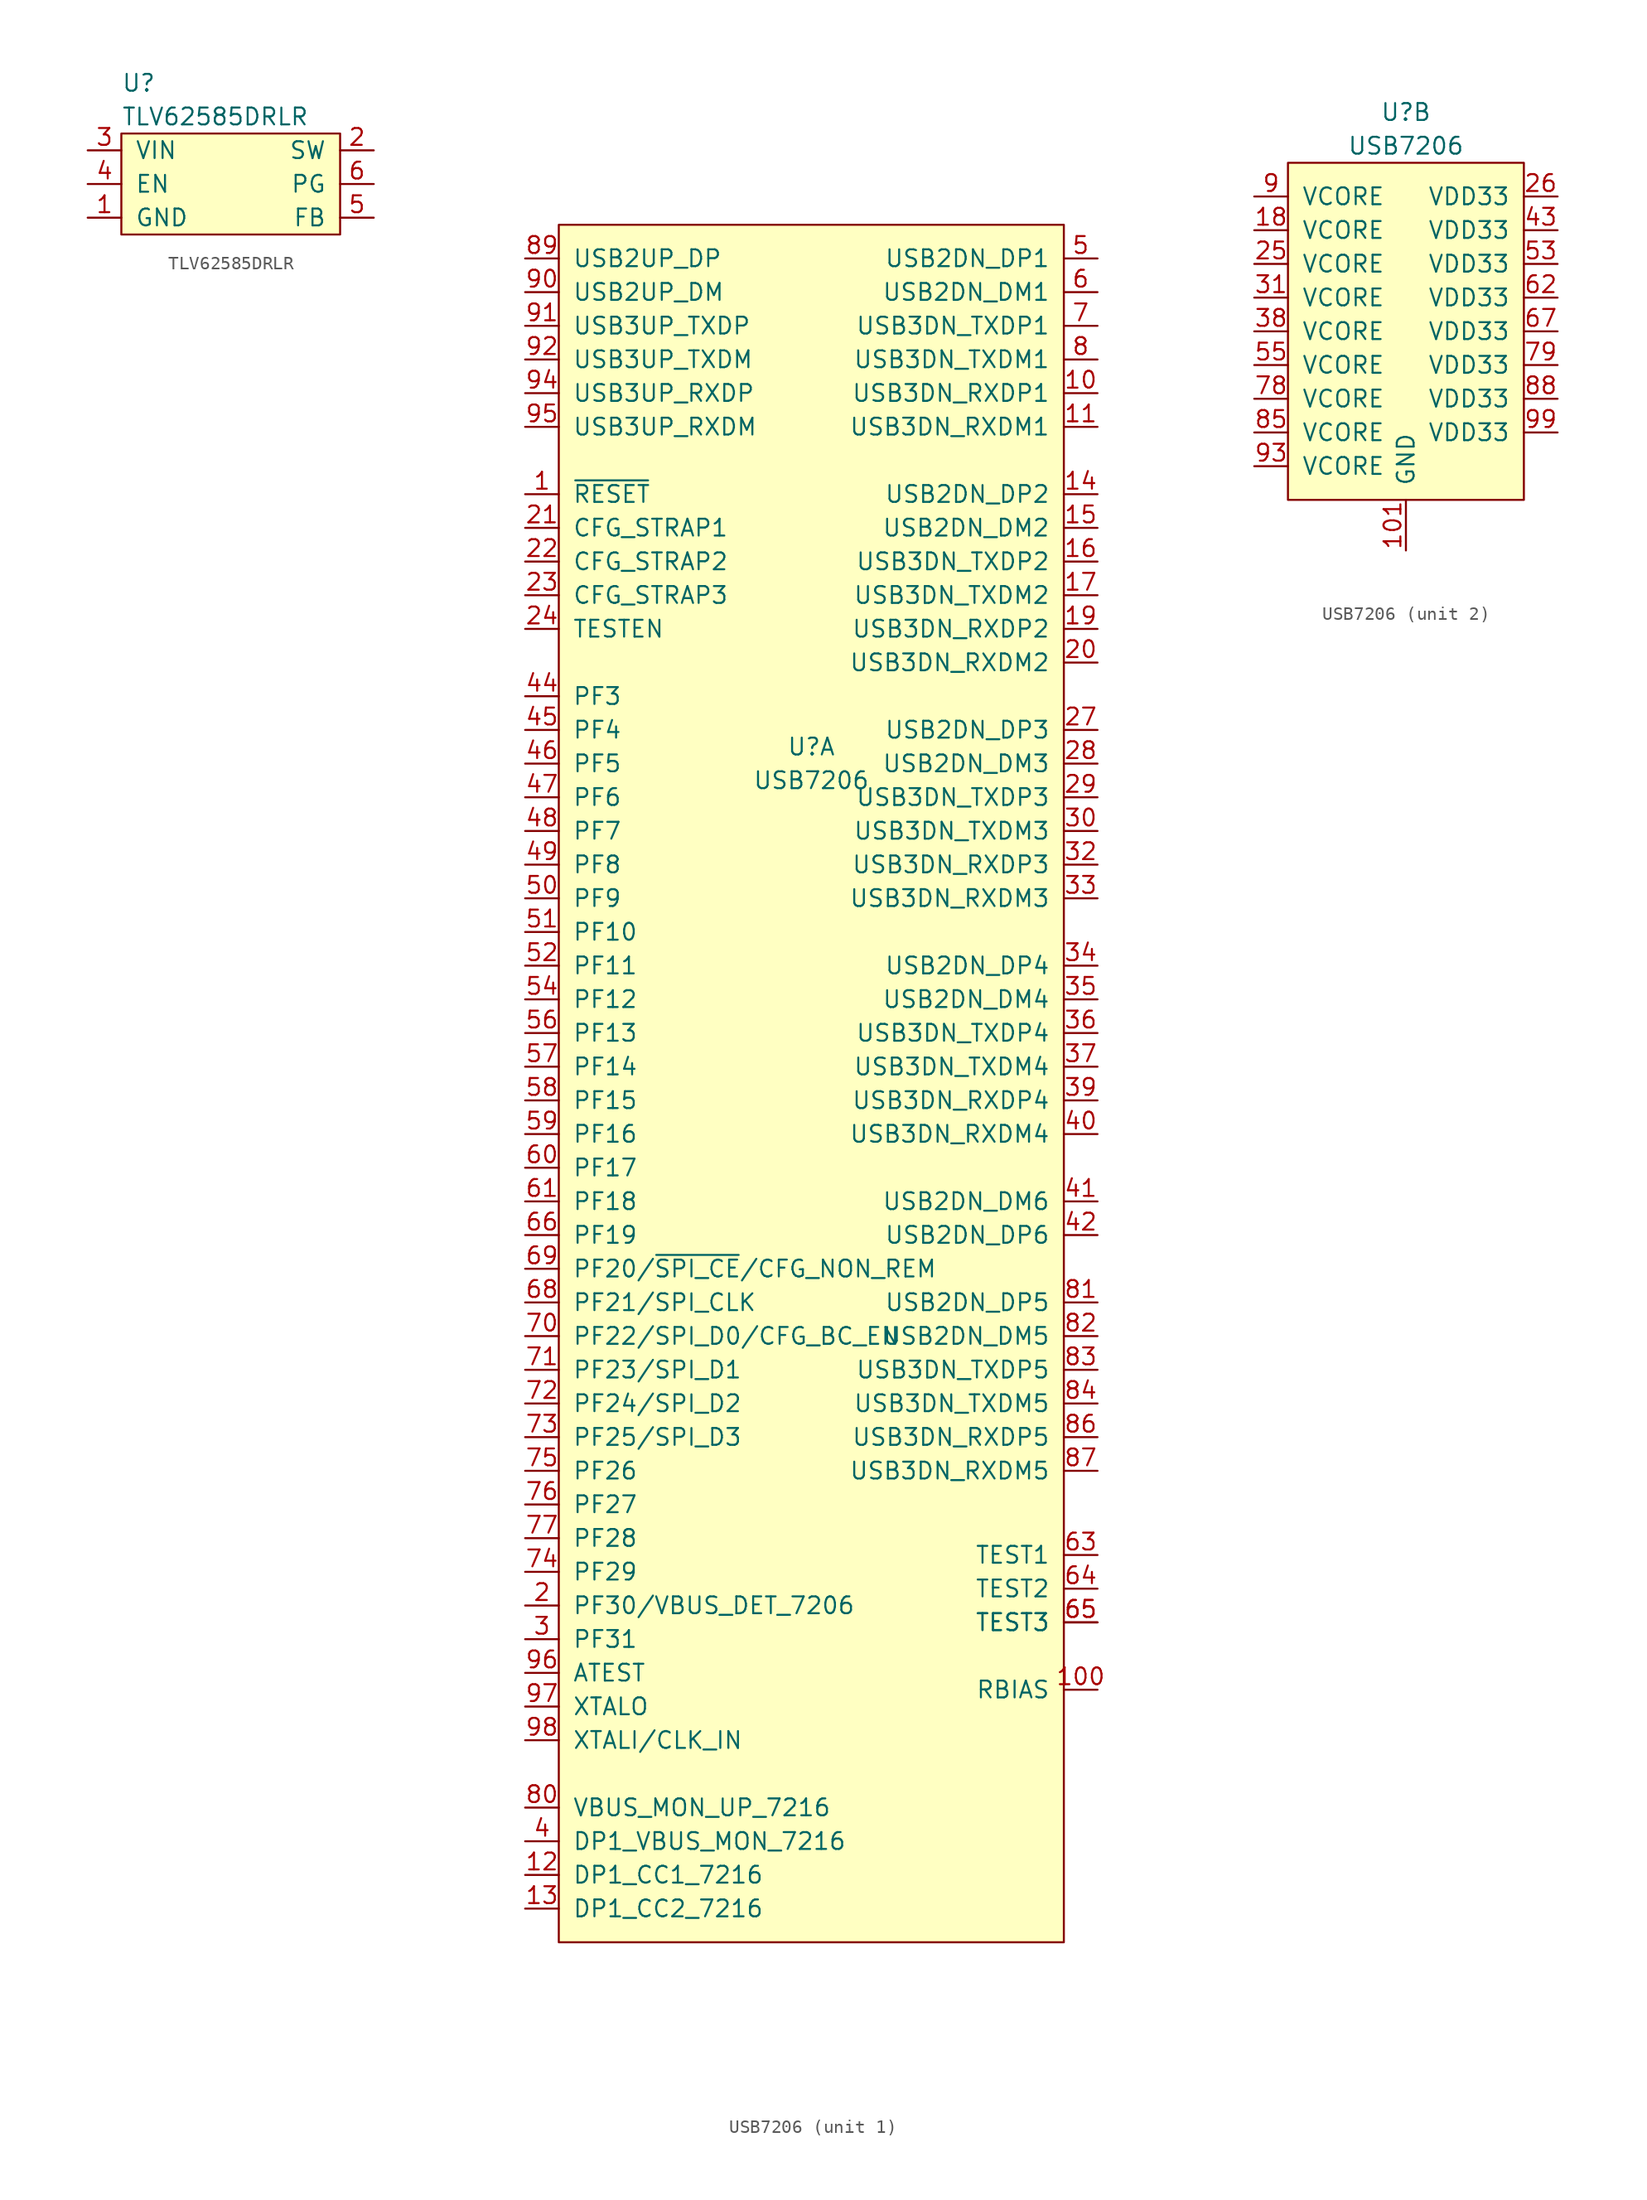
<source format=kicad_sym>
(kicad_symbol_lib
  (version 20211014)
  (generator kicad_symbol_editor)
  (symbol "TLV62585DRLR"
    (pin_names
      (offset 1.016))
    (property "Reference" "U"
      (at 0 3.81 0)
      (effects (font (size 1.27 1.27)) (justify left)))
    (property "Value" "TLV62585DRLR"
      (at 0 1.27 0)
      (effects (font (size 1.27 1.27)) (justify left)))
    (symbol "TLV62585DRLR_0_1"
      (rectangle (start 16.51 0) (end 0 -7.62) (stroke (width 0) (type default) (color 0 0 0 0)) (fill (type background))))
    (symbol "TLV62585DRLR_1_1"
      (pin power_in line (at -2.54 -6.35 0) (length 2.54) (name "GND" (effects (font (size 1.27 1.27)))) (number "1" (effects (font (size 1.27 1.27)))))
      (pin passive line (at 19.05 -1.27 180) (length 2.54) (name "SW" (effects (font (size 1.27 1.27)))) (number "2" (effects (font (size 1.27 1.27)))))
      (pin power_in line (at -2.54 -1.27 0) (length 2.54) (name "VIN" (effects (font (size 1.27 1.27)))) (number "3" (effects (font (size 1.27 1.27)))))
      (pin passive line (at -2.54 -3.81 0) (length 2.54) (name "EN" (effects (font (size 1.27 1.27)))) (number "4" (effects (font (size 1.27 1.27)))))
      (pin passive line (at 19.05 -6.35 180) (length 2.54) (name "FB" (effects (font (size 1.27 1.27)))) (number "5" (effects (font (size 1.27 1.27)))))
      (pin passive line (at 19.05 -3.81 180) (length 2.54) (name "PG" (effects (font (size 1.27 1.27)))) (number "6" (effects (font (size 1.27 1.27)))))))
  (symbol "USB7206"
    (pin_names
      (offset 1.016))
    (property "Reference" "U"
      (at 0 16.51 0)
      (effects (font (size 1.27 1.27))))
    (property "Value" "USB7206"
      (at 0 13.97 0)
      (effects (font (size 1.27 1.27))))
    (property "ki_locked" ""
      (at 0 0 0)
      (effects (font (size 1.27 1.27))))
    (symbol "USB7206_1_0"
      (rectangle (start -19.05 55.88) (end 19.05 -73.66) (stroke (width 0) (type default) (color 0 0 0 0)) (fill (type background))))
    (symbol "USB7206_1_1"
      (pin input line (at -21.59 35.56 0) (length 2.54) (name "~{RESET}" (effects (font (size 1.27 1.27)))) (number "1" (effects (font (size 1.27 1.27)))))
      (pin bidirectional line (at 21.59 43.18 180) (length 2.54) (name "USB3DN_RXDP1" (effects (font (size 1.27 1.27)))) (number "10" (effects (font (size 1.27 1.27)))))
      (pin passive line (at 21.59 -54.61 180) (length 2.54) (name "RBIAS" (effects (font (size 1.27 1.27)))) (number "100" (effects (font (size 1.27 1.27)))))
      (pin bidirectional line (at 21.59 40.64 180) (length 2.54) (name "USB3DN_RXDM1" (effects (font (size 1.27 1.27)))) (number "11" (effects (font (size 1.27 1.27)))))
      (pin input line (at -21.59 -68.58 0) (length 2.54) (name "DP1_CC1_7216" (effects (font (size 1.27 1.27)))) (number "12" (effects (font (size 1.27 1.27)))))
      (pin input line (at -21.59 -71.12 0) (length 2.54) (name "DP1_CC2_7216" (effects (font (size 1.27 1.27)))) (number "13" (effects (font (size 1.27 1.27)))))
      (pin bidirectional line (at 21.59 35.56 180) (length 2.54) (name "USB2DN_DP2" (effects (font (size 1.27 1.27)))) (number "14" (effects (font (size 1.27 1.27)))))
      (pin bidirectional line (at 21.59 33.02 180) (length 2.54) (name "USB2DN_DM2" (effects (font (size 1.27 1.27)))) (number "15" (effects (font (size 1.27 1.27)))))
      (pin output line (at 21.59 30.48 180) (length 2.54) (name "USB3DN_TXDP2" (effects (font (size 1.27 1.27)))) (number "16" (effects (font (size 1.27 1.27)))))
      (pin output line (at 21.59 27.94 180) (length 2.54) (name "USB3DN_TXDM2" (effects (font (size 1.27 1.27)))) (number "17" (effects (font (size 1.27 1.27)))))
      (pin input line (at 21.59 25.4 180) (length 2.54) (name "USB3DN_RXDP2" (effects (font (size 1.27 1.27)))) (number "19" (effects (font (size 1.27 1.27)))))
      (pin input line (at -21.59 -48.26 0) (length 2.54) (name "PF30/VBUS_DET_7206" (effects (font (size 1.27 1.27)))) (number "2" (effects (font (size 1.27 1.27)))))
      (pin input line (at 21.59 22.86 180) (length 2.54) (name "USB3DN_RXDM2" (effects (font (size 1.27 1.27)))) (number "20" (effects (font (size 1.27 1.27)))))
      (pin passive line (at -21.59 33.02 0) (length 2.54) (name "CFG_STRAP1" (effects (font (size 1.27 1.27)))) (number "21" (effects (font (size 1.27 1.27)))))
      (pin passive line (at -21.59 30.48 0) (length 2.54) (name "CFG_STRAP2" (effects (font (size 1.27 1.27)))) (number "22" (effects (font (size 1.27 1.27)))))
      (pin passive line (at -21.59 27.94 0) (length 2.54) (name "CFG_STRAP3" (effects (font (size 1.27 1.27)))) (number "23" (effects (font (size 1.27 1.27)))))
      (pin input line (at -21.59 25.4 0) (length 2.54) (name "TESTEN" (effects (font (size 1.27 1.27)))) (number "24" (effects (font (size 1.27 1.27)))))
      (pin bidirectional line (at 21.59 17.78 180) (length 2.54) (name "USB2DN_DP3" (effects (font (size 1.27 1.27)))) (number "27" (effects (font (size 1.27 1.27)))))
      (pin bidirectional line (at 21.59 15.24 180) (length 2.54) (name "USB2DN_DM3" (effects (font (size 1.27 1.27)))) (number "28" (effects (font (size 1.27 1.27)))))
      (pin output line (at 21.59 12.7 180) (length 2.54) (name "USB3DN_TXDP3" (effects (font (size 1.27 1.27)))) (number "29" (effects (font (size 1.27 1.27)))))
      (pin bidirectional line (at -21.59 -50.8 0) (length 2.54) (name "PF31" (effects (font (size 1.27 1.27)))) (number "3" (effects (font (size 1.27 1.27)))))
      (pin output line (at 21.59 10.16 180) (length 2.54) (name "USB3DN_TXDM3" (effects (font (size 1.27 1.27)))) (number "30" (effects (font (size 1.27 1.27)))))
      (pin input line (at 21.59 7.62 180) (length 2.54) (name "USB3DN_RXDP3" (effects (font (size 1.27 1.27)))) (number "32" (effects (font (size 1.27 1.27)))))
      (pin input line (at 21.59 5.08 180) (length 2.54) (name "USB3DN_RXDM3" (effects (font (size 1.27 1.27)))) (number "33" (effects (font (size 1.27 1.27)))))
      (pin bidirectional line (at 21.59 0 180) (length 2.54) (name "USB2DN_DP4" (effects (font (size 1.27 1.27)))) (number "34" (effects (font (size 1.27 1.27)))))
      (pin bidirectional line (at 21.59 -2.54 180) (length 2.54) (name "USB2DN_DM4" (effects (font (size 1.27 1.27)))) (number "35" (effects (font (size 1.27 1.27)))))
      (pin output line (at 21.59 -5.08 180) (length 2.54) (name "USB3DN_TXDP4" (effects (font (size 1.27 1.27)))) (number "36" (effects (font (size 1.27 1.27)))))
      (pin output line (at 21.59 -7.62 180) (length 2.54) (name "USB3DN_TXDM4" (effects (font (size 1.27 1.27)))) (number "37" (effects (font (size 1.27 1.27)))))
      (pin input line (at 21.59 -10.16 180) (length 2.54) (name "USB3DN_RXDP4" (effects (font (size 1.27 1.27)))) (number "39" (effects (font (size 1.27 1.27)))))
      (pin input line (at -21.59 -66.04 0) (length 2.54) (name "DP1_VBUS_MON_7216" (effects (font (size 1.27 1.27)))) (number "4" (effects (font (size 1.27 1.27)))))
      (pin input line (at 21.59 -12.7 180) (length 2.54) (name "USB3DN_RXDM4" (effects (font (size 1.27 1.27)))) (number "40" (effects (font (size 1.27 1.27)))))
      (pin bidirectional line (at 21.59 -17.78 180) (length 2.54) (name "USB2DN_DM6" (effects (font (size 1.27 1.27)))) (number "41" (effects (font (size 1.27 1.27)))))
      (pin bidirectional line (at 21.59 -20.32 180) (length 2.54) (name "USB2DN_DP6" (effects (font (size 1.27 1.27)))) (number "42" (effects (font (size 1.27 1.27)))))
      (pin bidirectional line (at -21.59 20.32 0) (length 2.54) (name "PF3" (effects (font (size 1.27 1.27)))) (number "44" (effects (font (size 1.27 1.27)))))
      (pin bidirectional line (at -21.59 17.78 0) (length 2.54) (name "PF4" (effects (font (size 1.27 1.27)))) (number "45" (effects (font (size 1.27 1.27)))))
      (pin bidirectional line (at -21.59 15.24 0) (length 2.54) (name "PF5" (effects (font (size 1.27 1.27)))) (number "46" (effects (font (size 1.27 1.27)))))
      (pin bidirectional line (at -21.59 12.7 0) (length 2.54) (name "PF6" (effects (font (size 1.27 1.27)))) (number "47" (effects (font (size 1.27 1.27)))))
      (pin bidirectional line (at -21.59 10.16 0) (length 2.54) (name "PF7" (effects (font (size 1.27 1.27)))) (number "48" (effects (font (size 1.27 1.27)))))
      (pin bidirectional line (at -21.59 7.62 0) (length 2.54) (name "PF8" (effects (font (size 1.27 1.27)))) (number "49" (effects (font (size 1.27 1.27)))))
      (pin bidirectional line (at 21.59 53.34 180) (length 2.54) (name "USB2DN_DP1" (effects (font (size 1.27 1.27)))) (number "5" (effects (font (size 1.27 1.27)))))
      (pin bidirectional line (at -21.59 5.08 0) (length 2.54) (name "PF9" (effects (font (size 1.27 1.27)))) (number "50" (effects (font (size 1.27 1.27)))))
      (pin bidirectional line (at -21.59 2.54 0) (length 2.54) (name "PF10" (effects (font (size 1.27 1.27)))) (number "51" (effects (font (size 1.27 1.27)))))
      (pin bidirectional line (at -21.59 0 0) (length 2.54) (name "PF11" (effects (font (size 1.27 1.27)))) (number "52" (effects (font (size 1.27 1.27)))))
      (pin bidirectional line (at -21.59 -2.54 0) (length 2.54) (name "PF12" (effects (font (size 1.27 1.27)))) (number "54" (effects (font (size 1.27 1.27)))))
      (pin bidirectional line (at -21.59 -5.08 0) (length 2.54) (name "PF13" (effects (font (size 1.27 1.27)))) (number "56" (effects (font (size 1.27 1.27)))))
      (pin bidirectional line (at -21.59 -7.62 0) (length 2.54) (name "PF14" (effects (font (size 1.27 1.27)))) (number "57" (effects (font (size 1.27 1.27)))))
      (pin bidirectional line (at -21.59 -10.16 0) (length 2.54) (name "PF15" (effects (font (size 1.27 1.27)))) (number "58" (effects (font (size 1.27 1.27)))))
      (pin bidirectional line (at -21.59 -12.7 0) (length 2.54) (name "PF16" (effects (font (size 1.27 1.27)))) (number "59" (effects (font (size 1.27 1.27)))))
      (pin bidirectional line (at 21.59 50.8 180) (length 2.54) (name "USB2DN_DM1" (effects (font (size 1.27 1.27)))) (number "6" (effects (font (size 1.27 1.27)))))
      (pin bidirectional line (at -21.59 -15.24 0) (length 2.54) (name "PF17" (effects (font (size 1.27 1.27)))) (number "60" (effects (font (size 1.27 1.27)))))
      (pin bidirectional line (at -21.59 -17.78 0) (length 2.54) (name "PF18" (effects (font (size 1.27 1.27)))) (number "61" (effects (font (size 1.27 1.27)))))
      (pin input line (at 21.59 -44.45 180) (length 2.54) (name "TEST1" (effects (font (size 1.27 1.27)))) (number "63" (effects (font (size 1.27 1.27)))))
      (pin input line (at 21.59 -46.99 180) (length 2.54) (name "TEST2" (effects (font (size 1.27 1.27)))) (number "64" (effects (font (size 1.27 1.27)))))
      (pin input line (at 21.59 -49.53 180) (length 2.54) (name "TEST3" (effects (font (size 1.27 1.27)))) (number "65" (effects (font (size 1.27 1.27)))))
      (pin input line (at 21.59 -49.53 180) (length 2.54) (name "TEST3" (effects (font (size 1.27 1.27)))) (number "65" (effects (font (size 1.27 1.27)))))
      (pin bidirectional line (at -21.59 -20.32 0) (length 2.54) (name "PF19" (effects (font (size 1.27 1.27)))) (number "66" (effects (font (size 1.27 1.27)))))
      (pin bidirectional line (at -21.59 -25.4 0) (length 2.54) (name "PF21/SPI_CLK" (effects (font (size 1.27 1.27)))) (number "68" (effects (font (size 1.27 1.27)))))
      (pin bidirectional line (at -21.59 -22.86 0) (length 2.54) (name "PF20/~{SPI_CE}/CFG_NON_REM" (effects (font (size 1.27 1.27)))) (number "69" (effects (font (size 1.27 1.27)))))
      (pin bidirectional line (at 21.59 48.26 180) (length 2.54) (name "USB3DN_TXDP1" (effects (font (size 1.27 1.27)))) (number "7" (effects (font (size 1.27 1.27)))))
      (pin bidirectional line (at -21.59 -27.94 0) (length 2.54) (name "PF22/SPI_D0/CFG_BC_EN" (effects (font (size 1.27 1.27)))) (number "70" (effects (font (size 1.27 1.27)))))
      (pin bidirectional line (at -21.59 -30.48 0) (length 2.54) (name "PF23/SPI_D1" (effects (font (size 1.27 1.27)))) (number "71" (effects (font (size 1.27 1.27)))))
      (pin bidirectional line (at -21.59 -33.02 0) (length 2.54) (name "PF24/SPI_D2" (effects (font (size 1.27 1.27)))) (number "72" (effects (font (size 1.27 1.27)))))
      (pin bidirectional line (at -21.59 -35.56 0) (length 2.54) (name "PF25/SPI_D3" (effects (font (size 1.27 1.27)))) (number "73" (effects (font (size 1.27 1.27)))))
      (pin bidirectional line (at -21.59 -45.72 0) (length 2.54) (name "PF29" (effects (font (size 1.27 1.27)))) (number "74" (effects (font (size 1.27 1.27)))))
      (pin bidirectional line (at -21.59 -38.1 0) (length 2.54) (name "PF26" (effects (font (size 1.27 1.27)))) (number "75" (effects (font (size 1.27 1.27)))))
      (pin bidirectional line (at -21.59 -40.64 0) (length 2.54) (name "PF27" (effects (font (size 1.27 1.27)))) (number "76" (effects (font (size 1.27 1.27)))))
      (pin bidirectional line (at -21.59 -43.18 0) (length 2.54) (name "PF28" (effects (font (size 1.27 1.27)))) (number "77" (effects (font (size 1.27 1.27)))))
      (pin bidirectional line (at 21.59 45.72 180) (length 2.54) (name "USB3DN_TXDM1" (effects (font (size 1.27 1.27)))) (number "8" (effects (font (size 1.27 1.27)))))
      (pin input line (at -21.59 -63.5 0) (length 2.54) (name "VBUS_MON_UP_7216" (effects (font (size 1.27 1.27)))) (number "80" (effects (font (size 1.27 1.27)))))
      (pin bidirectional line (at 21.59 -25.4 180) (length 2.54) (name "USB2DN_DP5" (effects (font (size 1.27 1.27)))) (number "81" (effects (font (size 1.27 1.27)))))
      (pin bidirectional line (at 21.59 -27.94 180) (length 2.54) (name "USB2DN_DM5" (effects (font (size 1.27 1.27)))) (number "82" (effects (font (size 1.27 1.27)))))
      (pin output line (at 21.59 -30.48 180) (length 2.54) (name "USB3DN_TXDP5" (effects (font (size 1.27 1.27)))) (number "83" (effects (font (size 1.27 1.27)))))
      (pin output line (at 21.59 -33.02 180) (length 2.54) (name "USB3DN_TXDM5" (effects (font (size 1.27 1.27)))) (number "84" (effects (font (size 1.27 1.27)))))
      (pin input line (at 21.59 -35.56 180) (length 2.54) (name "USB3DN_RXDP5" (effects (font (size 1.27 1.27)))) (number "86" (effects (font (size 1.27 1.27)))))
      (pin input line (at 21.59 -38.1 180) (length 2.54) (name "USB3DN_RXDM5" (effects (font (size 1.27 1.27)))) (number "87" (effects (font (size 1.27 1.27)))))
      (pin bidirectional line (at -21.59 53.34 0) (length 2.54) (name "USB2UP_DP" (effects (font (size 1.27 1.27)))) (number "89" (effects (font (size 1.27 1.27)))))
      (pin bidirectional line (at -21.59 50.8 0) (length 2.54) (name "USB2UP_DM" (effects (font (size 1.27 1.27)))) (number "90" (effects (font (size 1.27 1.27)))))
      (pin output line (at -21.59 48.26 0) (length 2.54) (name "USB3UP_TXDP" (effects (font (size 1.27 1.27)))) (number "91" (effects (font (size 1.27 1.27)))))
      (pin output line (at -21.59 45.72 0) (length 2.54) (name "USB3UP_TXDM" (effects (font (size 1.27 1.27)))) (number "92" (effects (font (size 1.27 1.27)))))
      (pin input line (at -21.59 43.18 0) (length 2.54) (name "USB3UP_RXDP" (effects (font (size 1.27 1.27)))) (number "94" (effects (font (size 1.27 1.27)))))
      (pin input line (at -21.59 40.64 0) (length 2.54) (name "USB3UP_RXDM" (effects (font (size 1.27 1.27)))) (number "95" (effects (font (size 1.27 1.27)))))
      (pin passive line (at -21.59 -53.34 0) (length 2.54) (name "ATEST" (effects (font (size 1.27 1.27)))) (number "96" (effects (font (size 1.27 1.27)))))
      (pin output line (at -21.59 -55.88 0) (length 2.54) (name "XTALO" (effects (font (size 1.27 1.27)))) (number "97" (effects (font (size 1.27 1.27)))))
      (pin input line (at -21.59 -58.42 0) (length 2.54) (name "XTALI/CLK_IN" (effects (font (size 1.27 1.27)))) (number "98" (effects (font (size 1.27 1.27))))))
    (symbol "USB7206_2_1"
      (rectangle (start -8.89 12.7) (end 8.89 -12.7) (stroke (width 0) (type default) (color 0 0 0 0)) (fill (type background)))
      (pin power_in line (at 0 -16.51 90) (length 3.81) (name "GND" (effects (font (size 1.27 1.27)))) (number "101" (effects (font (size 1.27 1.27)))))
      (pin power_in line (at -11.43 7.62 0) (length 2.54) (name "VCORE" (effects (font (size 1.27 1.27)))) (number "18" (effects (font (size 1.27 1.27)))))
      (pin power_in line (at -11.43 5.08 0) (length 2.54) (name "VCORE" (effects (font (size 1.27 1.27)))) (number "25" (effects (font (size 1.27 1.27)))))
      (pin power_in line (at 11.43 10.16 180) (length 2.54) (name "VDD33" (effects (font (size 1.27 1.27)))) (number "26" (effects (font (size 1.27 1.27)))))
      (pin power_in line (at -11.43 2.54 0) (length 2.54) (name "VCORE" (effects (font (size 1.27 1.27)))) (number "31" (effects (font (size 1.27 1.27)))))
      (pin power_in line (at -11.43 0 0) (length 2.54) (name "VCORE" (effects (font (size 1.27 1.27)))) (number "38" (effects (font (size 1.27 1.27)))))
      (pin power_in line (at 11.43 7.62 180) (length 2.54) (name "VDD33" (effects (font (size 1.27 1.27)))) (number "43" (effects (font (size 1.27 1.27)))))
      (pin power_in line (at 11.43 5.08 180) (length 2.54) (name "VDD33" (effects (font (size 1.27 1.27)))) (number "53" (effects (font (size 1.27 1.27)))))
      (pin power_in line (at -11.43 -2.54 0) (length 2.54) (name "VCORE" (effects (font (size 1.27 1.27)))) (number "55" (effects (font (size 1.27 1.27)))))
      (pin power_in line (at 11.43 2.54 180) (length 2.54) (name "VDD33" (effects (font (size 1.27 1.27)))) (number "62" (effects (font (size 1.27 1.27)))))
      (pin power_in line (at 11.43 0 180) (length 2.54) (name "VDD33" (effects (font (size 1.27 1.27)))) (number "67" (effects (font (size 1.27 1.27)))))
      (pin power_in line (at -11.43 -5.08 0) (length 2.54) (name "VCORE" (effects (font (size 1.27 1.27)))) (number "78" (effects (font (size 1.27 1.27)))))
      (pin power_in line (at 11.43 -2.54 180) (length 2.54) (name "VDD33" (effects (font (size 1.27 1.27)))) (number "79" (effects (font (size 1.27 1.27)))))
      (pin power_in line (at -11.43 -7.62 0) (length 2.54) (name "VCORE" (effects (font (size 1.27 1.27)))) (number "85" (effects (font (size 1.27 1.27)))))
      (pin power_in line (at 11.43 -5.08 180) (length 2.54) (name "VDD33" (effects (font (size 1.27 1.27)))) (number "88" (effects (font (size 1.27 1.27)))))
      (pin power_in line (at -11.43 10.16 0) (length 2.54) (name "VCORE" (effects (font (size 1.27 1.27)))) (number "9" (effects (font (size 1.27 1.27)))))
      (pin power_in line (at -11.43 -10.16 0) (length 2.54) (name "VCORE" (effects (font (size 1.27 1.27)))) (number "93" (effects (font (size 1.27 1.27)))))
      (pin power_in line (at 11.43 -7.62 180) (length 2.54) (name "VDD33" (effects (font (size 1.27 1.27)))) (number "99" (effects (font (size 1.27 1.27))))))))
</source>
